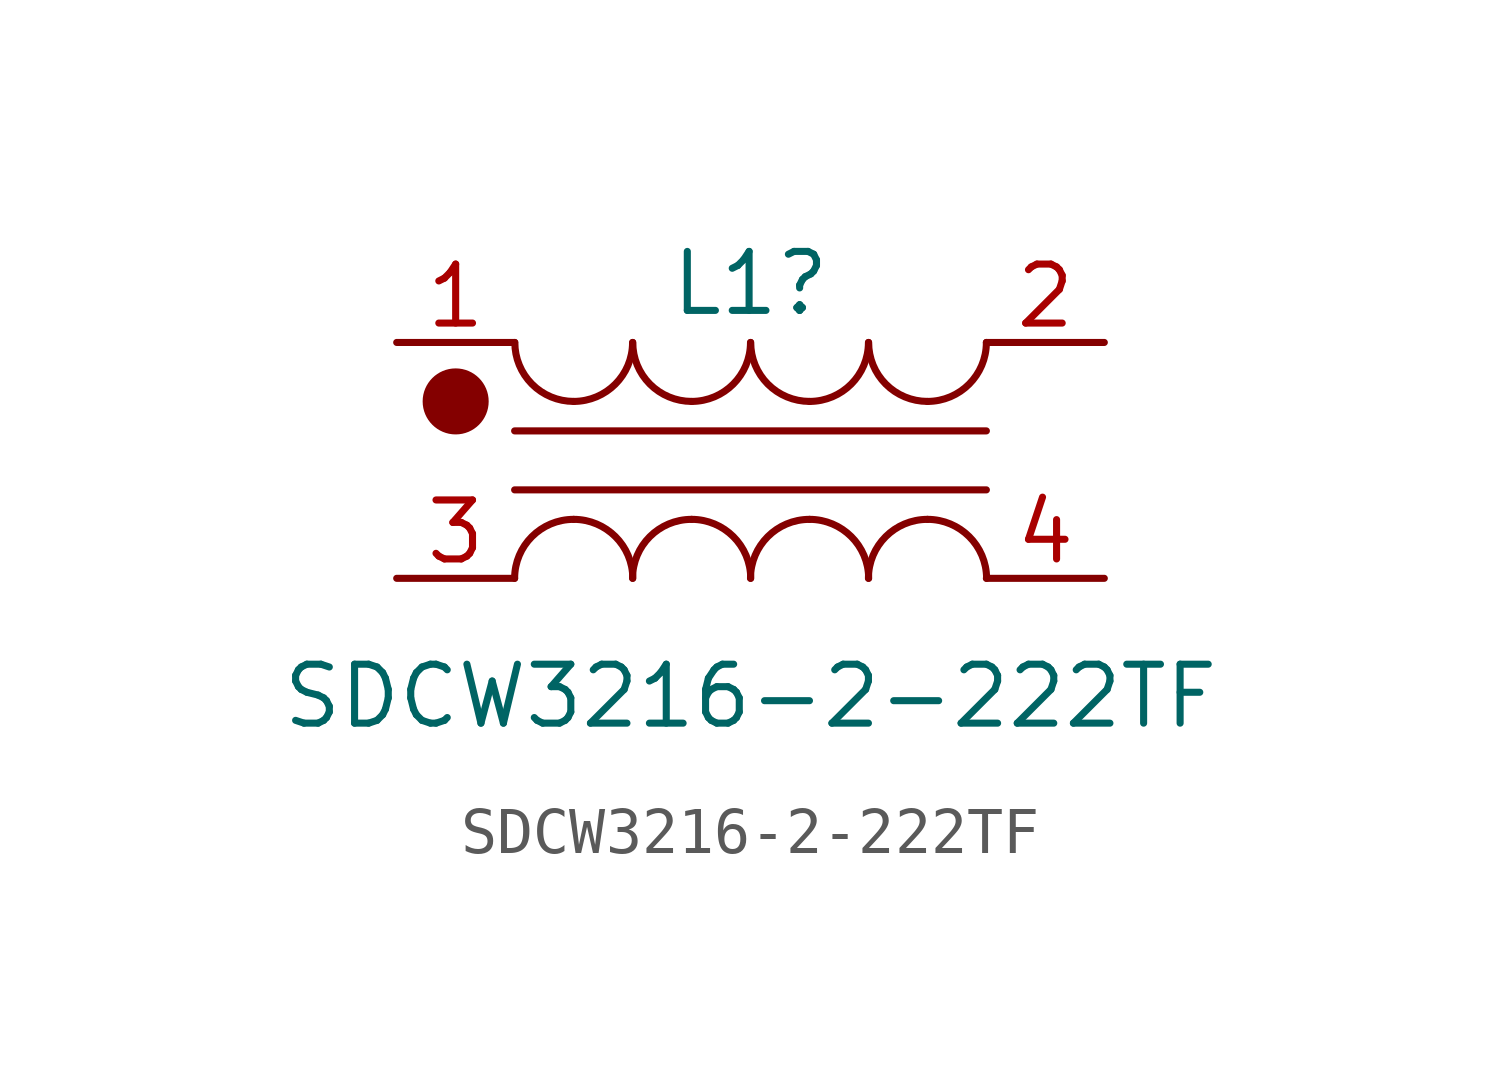
<source format=kicad_sym>
(kicad_symbol_lib
  (version 20220914)
  (generator kicad_symbol_editor)
  (symbol "SDCW3216-2-222TF"
    (property "Reference" "L1"
      (at 0 3.81 0)
      (effects (font (size 1.27 1.27))))
    (property "Value" "SDCW3216-2-222TF"
      (at 0 -5.08 0)
      (effects (font (size 1.27 1.27))))
    (symbol "SDCW3216-2-222TF_0_1"
      (arc (start -5.08 2.54) (mid -4.708 1.642) (end -3.81 1.27) (stroke (width 0) (type default)) (fill (type none)))
      (arc (start -3.81 -1.27) (mid -4.708 -1.642) (end -5.08 -2.54) (stroke (width 0) (type default)) (fill (type none)))
      (arc (start -3.81 1.27) (mid -2.912 1.642) (end -2.54 2.54) (stroke (width 0) (type default)) (fill (type none)))
      (arc (start -2.54 -2.54) (mid -2.912 -1.642) (end -3.81 -1.27) (stroke (width 0) (type default)) (fill (type none)))
      (arc (start -2.54 2.54) (mid -2.168 1.642) (end -1.27 1.27) (stroke (width 0) (type default)) (fill (type none)))
      (arc (start -1.27 -1.27) (mid -2.168 -1.642) (end -2.54 -2.54) (stroke (width 0) (type default)) (fill (type none)))
      (arc (start -1.27 1.27) (mid -0.372 1.642) (end 0 2.54) (stroke (width 0) (type default)) (fill (type none)))
      (arc (start 0 -2.54) (mid -0.372 -1.642) (end -1.27 -1.27) (stroke (width 0) (type default)) (fill (type none)))
      (polyline (pts (xy -5.08 -0.635) (xy 5.08 -0.635)) (stroke (width 0) (type default)) (fill (type none)))
      (polyline (pts (xy -5.08 0.635) (xy 5.08 0.635)) (stroke (width 0) (type default)) (fill (type none)))
      (arc (start 0 2.54) (mid 0.372 1.642) (end 1.27 1.27) (stroke (width 0) (type default)) (fill (type none)))
      (arc (start 1.27 -1.27) (mid 0.372 -1.642) (end 0 -2.54) (stroke (width 0) (type default)) (fill (type none)))
      (arc (start 1.27 1.27) (mid 2.168 1.642) (end 2.54 2.54) (stroke (width 0) (type default)) (fill (type none)))
      (arc (start 2.54 -2.54) (mid 2.168 -1.642) (end 1.27 -1.27) (stroke (width 0) (type default)) (fill (type none)))
      (arc (start 2.54 2.54) (mid 2.912 1.642) (end 3.81 1.27) (stroke (width 0) (type default)) (fill (type none)))
      (arc (start 3.81 -1.27) (mid 2.912 -1.642) (end 2.54 -2.54) (stroke (width 0) (type default)) (fill (type none)))
      (arc (start 3.81 1.27) (mid 4.708 1.642) (end 5.08 2.54) (stroke (width 0) (type default)) (fill (type none)))
      (arc (start 5.08 -2.54) (mid 4.708 -1.642) (end 3.81 -1.27) (stroke (width 0) (type default)) (fill (type none))))
    (symbol "SDCW3216-2-222TF_1_0"
      (pin passive line (at -7.62 2.54 0) (length 2.54) (name "" (effects (font (size 1.27 1.27)))) (number "1" (effects (font (size 1.27 1.27)))))
      (pin passive line (at 7.62 2.54 180) (length 2.54) (name "" (effects (font (size 1.27 1.27)))) (number "2" (effects (font (size 1.27 1.27)))))
      (pin passive line (at -7.62 -2.54 0) (length 2.54) (name "" (effects (font (size 1.27 1.27)))) (number "3" (effects (font (size 1.27 1.27)))))
      (pin passive line (at 7.62 -2.54 180) (length 2.54) (name "" (effects (font (size 1.27 1.27)))) (number "4" (effects (font (size 1.27 1.27))))))
    (symbol "SDCW3216-2-222TF_1_1"
      (circle (center -6.35 1.27) (radius 0.635) (stroke (width 0) (type default)) (fill (type outline))))))
</source>
